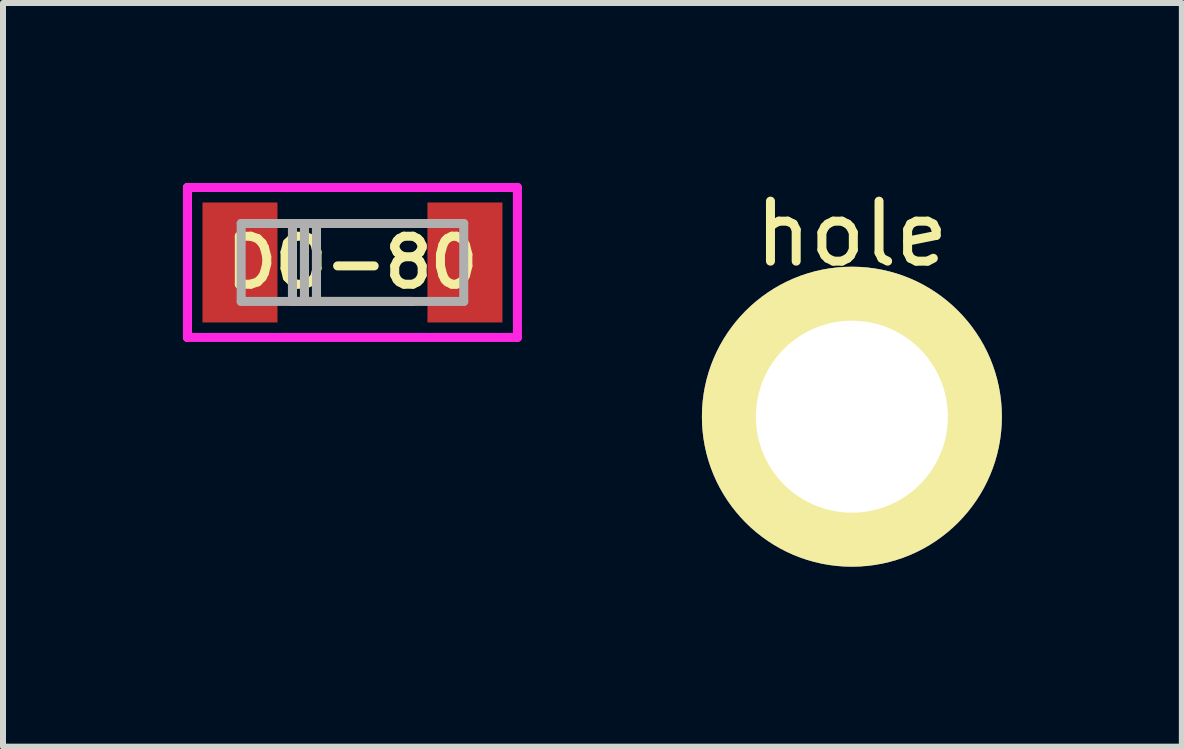
<source format=kicad_pcb>
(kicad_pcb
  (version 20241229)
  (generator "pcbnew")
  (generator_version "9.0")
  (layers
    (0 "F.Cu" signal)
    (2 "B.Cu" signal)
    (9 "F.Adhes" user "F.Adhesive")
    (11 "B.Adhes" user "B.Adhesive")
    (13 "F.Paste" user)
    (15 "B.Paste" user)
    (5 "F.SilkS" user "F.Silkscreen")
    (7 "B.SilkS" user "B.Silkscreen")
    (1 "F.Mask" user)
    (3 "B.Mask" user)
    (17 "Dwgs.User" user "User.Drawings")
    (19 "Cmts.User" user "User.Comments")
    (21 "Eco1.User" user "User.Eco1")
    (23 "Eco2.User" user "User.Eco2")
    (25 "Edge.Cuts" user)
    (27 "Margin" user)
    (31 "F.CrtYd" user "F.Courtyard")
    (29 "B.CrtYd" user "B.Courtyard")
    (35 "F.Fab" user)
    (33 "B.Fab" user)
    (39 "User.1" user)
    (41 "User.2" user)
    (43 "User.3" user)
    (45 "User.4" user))
  (footprint "DO-80"
    (layer "F.Cu")
    (at 2.825 1.325)
    (property "Reference" "DO-80" (at 0 0 0) (layer "F.SilkS") (effects (font (size 0.8 0.8) (thickness 0.15))))
    (attr smd)
    (fp_line (start -2.75 1.25) (end -2.75 -1.25) (stroke (width 0.15) (type solid)) (layer "F.SilkS"))
    (fp_line (start -1 -0.65) (end 1 -0.65) (stroke (width 0.15) (type solid)) (layer "F.SilkS"))
    (fp_line (start -1 0.65) (end -1 -0.65) (stroke (width 0.15) (type solid)) (layer "F.SilkS"))
    (fp_line (start -0.8 0.65) (end -0.8 -0.65) (stroke (width 0.15) (type solid)) (layer "F.SilkS"))
    (fp_line (start -0.6 -0.65) (end -0.6 0.65) (stroke (width 0.15) (type solid)) (layer "F.SilkS"))
    (fp_line (start 1 0.65) (end -1 0.65) (stroke (width 0.15) (type solid)) (layer "F.SilkS"))
    (fp_line (start -2.75 -1.25) (end 2.75 -1.25) (stroke (width 0.15) (type solid)) (layer "F.CrtYd"))
    (fp_line (start -2.75 1.25) (end -2.75 -1.25) (stroke (width 0.15) (type solid)) (layer "F.CrtYd"))
    (fp_line (start 2.75 -1.25) (end 2.75 1.25) (stroke (width 0.15) (type solid)) (layer "F.CrtYd"))
    (fp_line (start 2.75 1.25) (end -2.75 1.25) (stroke (width 0.15) (type solid)) (layer "F.CrtYd"))
    (fp_line (start -1.855 -0.65) (end 1.855 -0.65) (stroke (width 0.15) (type solid)) (layer "F.Fab"))
    (fp_line (start -1.855 0.65) (end -1.855 -0.65) (stroke (width 0.15) (type solid)) (layer "F.Fab"))
    (fp_line (start -1 -0.65) (end -1 0.65) (stroke (width 0.15) (type solid)) (layer "F.Fab"))
    (fp_line (start -0.8 0.65) (end -0.8 -0.65) (stroke (width 0.15) (type solid)) (layer "F.Fab"))
    (fp_line (start -0.6 -0.65) (end -0.6 0.65) (stroke (width 0.15) (type solid)) (layer "F.Fab"))
    (fp_line (start 1.855 -0.65) (end 1.855 0.65) (stroke (width 0.15) (type solid)) (layer "F.Fab"))
    (fp_line (start 1.855 0.65) (end -1.855 0.65) (stroke (width 0.15) (type solid)) (layer "F.Fab"))
    (pad "1" smd rect (at -1.875 0) (size 1.25 2) (layers "F.Cu" "F.Mask" "F.Paste"))
    (pad "2" smd rect (at 1.875 0) (size 1.25 2) (layers "F.Cu" "F.Mask" "F.Paste")))
  (footprint "hole"
    (layer "F.Cu")
    (at 11.15 3.896)
    (property "Reference" "hole" (at 0 -3.048 0) (layer "F.SilkS") (effects (font (size 1 1) (thickness 0.15))))
    (attr through_hole)
    (fp_circle (center 0 0) (end 0 -2.286) (stroke (width 0.15) (type solid)) (fill no) (layer "F.SilkS"))
    (pad "1" thru_hole circle (at 0 0) (size 5 5) (drill 3.2) (layers "*.Cu" "*.Mask" "F.SilkS")))
  (gr_rect
    (start -3 -3)
    (end 16.65 9.396)
    (stroke (width 0.1) (type default))
    (fill no)
    (layer "Edge.Cuts")))
</source>
